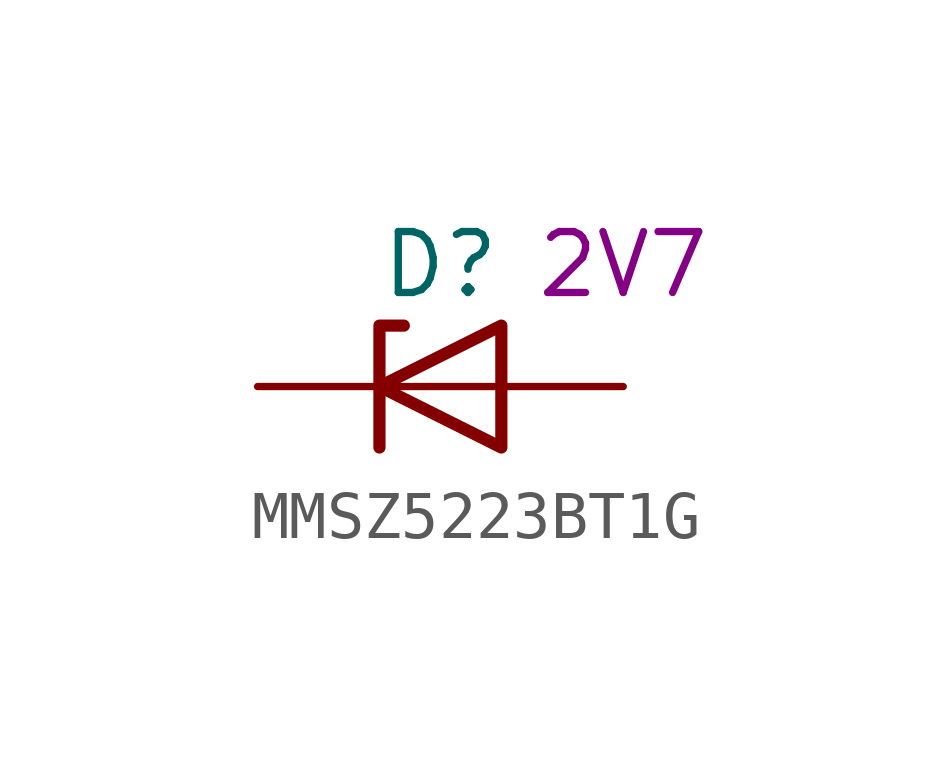
<source format=kicad_sym>
(kicad_symbol_lib
  (version 20211014)
  (generator kicad_symbol_editor)
  (symbol "MMSZ5223BT1G"
    (pin_numbers hide)
    (pin_names
      (offset 1.016) hide)
    (property "Reference" "D"
      (at 0 2.54 0)
      (effects (font (size 1.27 1.27))))
    (property "NumVal" "2V7"
      (at 3.81 2.54 0)
      (effects (font (size 1.27 1.27))))
    (symbol "MMSZ5223BT1G_0_1"
      (polyline (pts (xy 1.27 0) (xy -1.27 0)) (stroke (width 0) (type default) (color 0 0 0 0)) (fill (type none)))
      (polyline (pts (xy -1.27 -1.27) (xy -1.27 1.27) (xy -0.762 1.27)) (stroke (width 0.254) (type default) (color 0 0 0 0)) (fill (type none)))
      (polyline (pts (xy 1.27 -1.27) (xy 1.27 1.27) (xy -1.27 0) (xy 1.27 -1.27)) (stroke (width 0.254) (type default) (color 0 0 0 0)) (fill (type none))))
    (symbol "MMSZ5223BT1G_1_1"
      (pin passive line (at -3.81 0 0) (length 2.54) (name "K" (effects (font (size 1.27 1.27)))) (number "1" (effects (font (size 1.27 1.27)))))
      (pin passive line (at 3.81 0 180) (length 2.54) (name "A" (effects (font (size 1.27 1.27)))) (number "2" (effects (font (size 1.27 1.27))))))))
</source>
